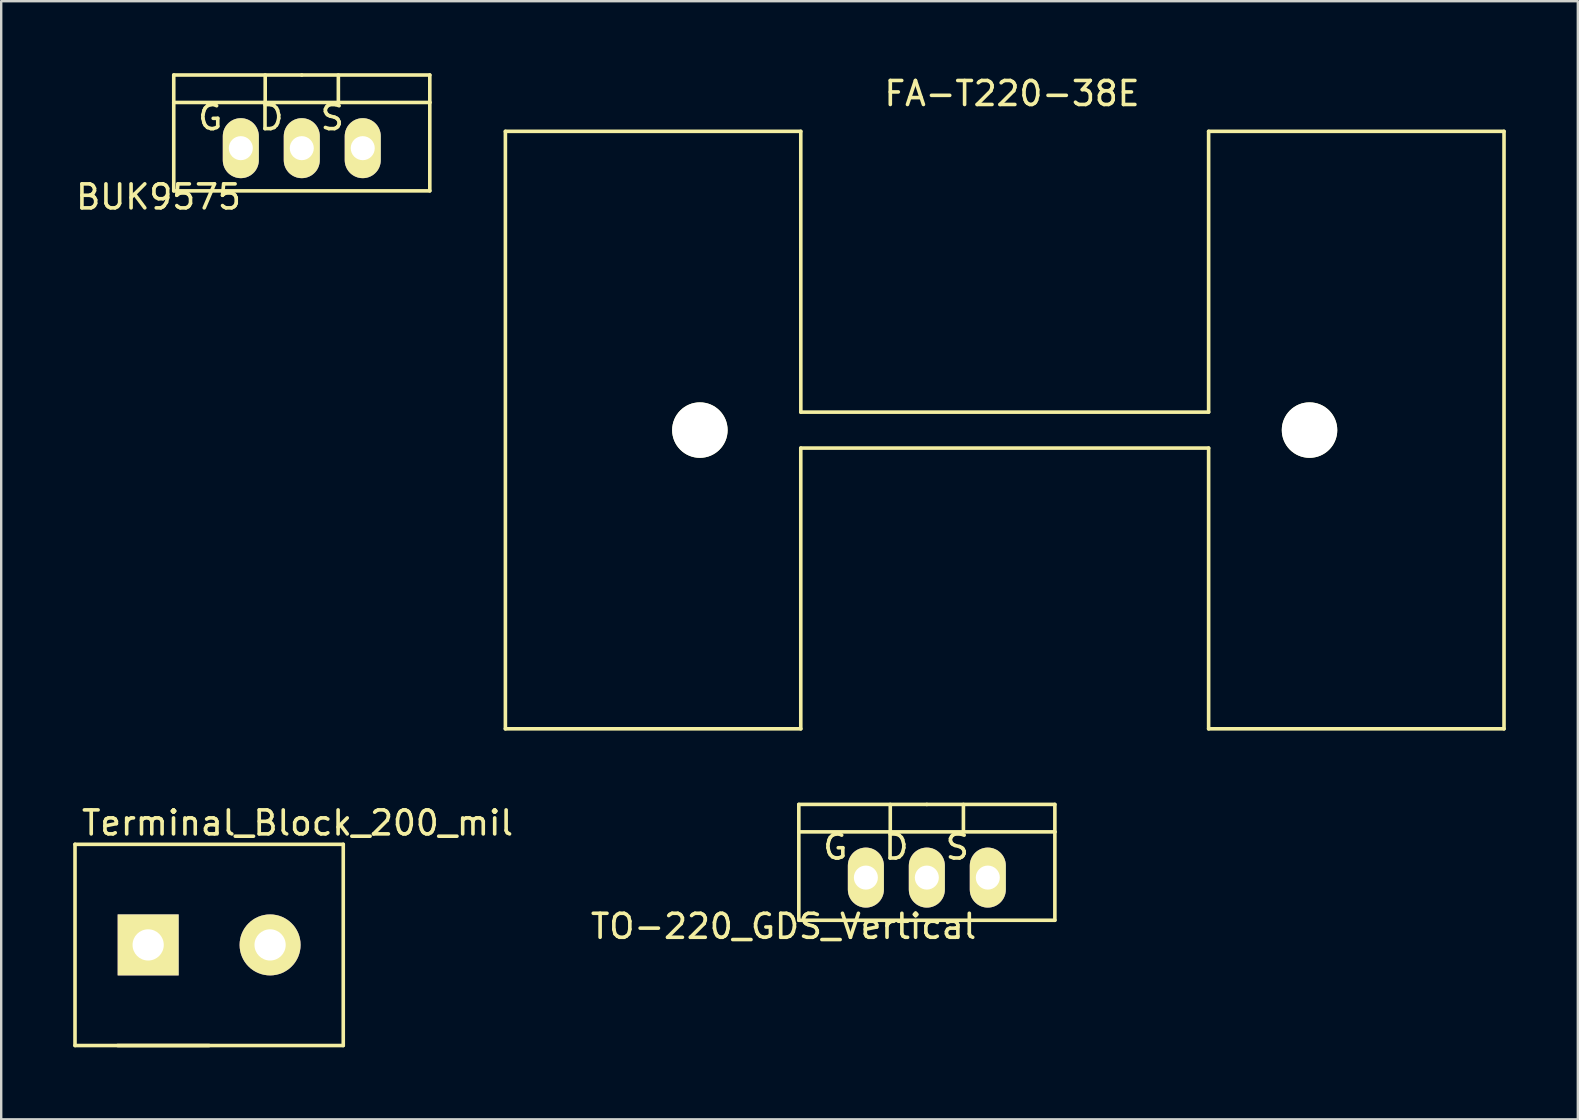
<source format=kicad_pcb>
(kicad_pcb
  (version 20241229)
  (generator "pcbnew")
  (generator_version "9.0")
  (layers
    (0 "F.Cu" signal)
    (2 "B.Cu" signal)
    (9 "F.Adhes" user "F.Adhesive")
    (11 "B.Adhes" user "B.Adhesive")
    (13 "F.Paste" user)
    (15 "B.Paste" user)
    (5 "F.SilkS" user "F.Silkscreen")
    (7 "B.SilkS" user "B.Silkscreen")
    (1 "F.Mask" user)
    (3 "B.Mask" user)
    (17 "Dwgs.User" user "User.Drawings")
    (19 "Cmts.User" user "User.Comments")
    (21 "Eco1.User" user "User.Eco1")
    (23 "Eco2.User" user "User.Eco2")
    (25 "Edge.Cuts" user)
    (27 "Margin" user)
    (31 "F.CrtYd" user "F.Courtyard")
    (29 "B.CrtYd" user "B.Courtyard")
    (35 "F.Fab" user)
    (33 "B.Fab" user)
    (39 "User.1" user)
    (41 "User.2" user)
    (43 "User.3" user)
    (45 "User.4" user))
  (footprint "FA-T220-38E"
    (layer "F.Cu")
    (at 38.809 14.869)
    (property "Reference" "FA-T220-38E" (at 0.305 -14.021 0) (layer "F.SilkS") (effects (font (size 1 1) (thickness 0.15))))
    (attr through_hole)
    (fp_line (start -20.803 -12.446) (end -8.496 -12.446) (stroke (width 0.15) (type solid)) (layer "F.SilkS"))
    (fp_line (start -20.803 12.446) (end -20.803 -12.446) (stroke (width 0.15) (type solid)) (layer "F.SilkS"))
    (fp_line (start -20.803 12.446) (end -8.496 12.446) (stroke (width 0.15) (type solid)) (layer "F.SilkS"))
    (fp_line (start -8.496 -0.749) (end 8.496 -0.749) (stroke (width 0.15) (type solid)) (layer "F.SilkS"))
    (fp_line (start -8.496 0.749) (end -8.496 12.446) (stroke (width 0.15) (type solid)) (layer "F.SilkS"))
    (fp_line (start -8.496 0.749) (end 8.496 0.749) (stroke (width 0.15) (type solid)) (layer "F.SilkS"))
    (fp_line (start -8.494 -0.749) (end -8.496 -12.446) (stroke (width 0.15) (type solid)) (layer "F.SilkS"))
    (fp_line (start 8.496 -12.446) (end 20.803 -12.446) (stroke (width 0.15) (type solid)) (layer "F.SilkS"))
    (fp_line (start 8.496 -0.749) (end 8.496 -12.446) (stroke (width 0.15) (type solid)) (layer "F.SilkS"))
    (fp_line (start 8.496 0.749) (end 8.496 12.446) (stroke (width 0.15) (type solid)) (layer "F.SilkS"))
    (fp_line (start 8.496 12.446) (end 20.803 12.446) (stroke (width 0.15) (type solid)) (layer "F.SilkS"))
    (fp_line (start 20.803 -12.446) (end 20.803 12.446) (stroke (width 0.15) (type solid)) (layer "F.SilkS"))
    (pad "" np_thru_hole circle (at -12.7 0) (size 2.311 2.311) (drill 2.311) (layers "*.Cu" "*.Mask" "F.SilkS"))
    (pad "" np_thru_hole circle (at 12.7 0) (size 2.311 2.311) (drill 2.311) (layers "*.Cu" "*.Mask" "F.SilkS")))
  (footprint "Terminal_Block_200_mil"
    (layer "F.Cu")
    (at 5.663 36.318)
    (property "Reference" "Terminal_Block_200_mil" (at 3.683 -5.08 0) (layer "F.SilkS") (effects (font (size 1 1) (thickness 0.15))))
    (attr through_hole)
    (fp_line (start -5.588 -4.191) (end -5.588 4.191) (stroke (width 0.15) (type solid)) (layer "F.SilkS"))
    (fp_line (start -5.588 4.191) (end 5.588 4.191) (stroke (width 0.15) (type solid)) (layer "F.SilkS"))
    (fp_line (start -3.81 4.191) (end 0 4.191) (stroke (width 0.15) (type solid)) (layer "F.SilkS"))
    (fp_line (start 5.588 -4.191) (end -5.588 -4.191) (stroke (width 0.15) (type solid)) (layer "F.SilkS"))
    (fp_line (start 5.588 4.191) (end 5.588 -4.191) (stroke (width 0.15) (type solid)) (layer "F.SilkS"))
    (pad "1" thru_hole rect (at -2.54 0) (size 2.54 2.54) (drill 1.3) (layers "*.Cu" "*.Mask" "F.SilkS"))
    (pad "2" thru_hole oval (at 2.54 0) (size 2.54 2.54) (drill 1.3) (layers "*.Cu" "*.Mask" "F.SilkS")))
  (footprint "TO-220_GDS_Vertical"
    (layer "F.Cu")
    (at 35.565 33.513)
    (property "Reference" "TO-220_GDS_Vertical" (at -5.969 2.032 0) (layer "F.SilkS") (effects (font (size 1 1) (thickness 0.15))))
    (attr through_hole)
    (fp_line (start -5.334 -1.905) (end -5.334 -3.048) (stroke (width 0.15) (type solid)) (layer "F.SilkS"))
    (fp_line (start -5.334 1.778) (end -5.334 -1.905) (stroke (width 0.15) (type solid)) (layer "F.SilkS"))
    (fp_line (start -1.524 -3.048) (end -1.524 -1.905) (stroke (width 0.15) (type solid)) (layer "F.SilkS"))
    (fp_line (start 0 -3.048) (end -5.334 -3.048) (stroke (width 0.15) (type solid)) (layer "F.SilkS"))
    (fp_line (start 0 -3.048) (end 5.334 -3.048) (stroke (width 0.15) (type solid)) (layer "F.SilkS"))
    (fp_line (start 1.524 -3.048) (end 1.524 -1.905) (stroke (width 0.15) (type solid)) (layer "F.SilkS"))
    (fp_line (start 5.334 -3.048) (end 5.334 -1.905) (stroke (width 0.15) (type solid)) (layer "F.SilkS"))
    (fp_line (start 5.334 -1.905) (end -5.334 -1.905) (stroke (width 0.15) (type solid)) (layer "F.SilkS"))
    (fp_line (start 5.334 -1.905) (end 5.334 1.778) (stroke (width 0.15) (type solid)) (layer "F.SilkS"))
    (fp_line (start 5.334 1.778) (end -5.334 1.778) (stroke (width 0.15) (type solid)) (layer "F.SilkS"))
    (fp_text user "G" (at -3.81 -1.27 0) (layer "F.SilkS") (effects (font (size 1 1) (thickness 0.15))))
    (fp_text user "S" (at 1.27 -1.27 0) (layer "F.SilkS") (effects (font (size 1 1) (thickness 0.15))))
    (fp_text user "D" (at -1.27 -1.27 0) (layer "F.SilkS") (effects (font (size 1 1) (thickness 0.15))))
    (pad "1" thru_hole oval (at -2.54 0 90) (size 2.499 1.501) (drill 1.001) (layers "*.Cu" "*.Mask" "F.SilkS"))
    (pad "2" thru_hole oval (at 0 0 90) (size 2.499 1.501) (drill 1.001) (layers "*.Cu" "*.Mask" "F.SilkS"))
    (pad "3" thru_hole oval (at 2.54 0 90) (size 2.499 1.501) (drill 1.001) (layers "*.Cu" "*.Mask" "F.SilkS")))
  (footprint "BUK9575"
    (layer "F.Cu")
    (at 9.523 3.123)
    (property "Reference" "BUK9575" (at -5.969 2.032 0) (layer "F.SilkS") (effects (font (size 1 1) (thickness 0.15))))
    (attr through_hole)
    (fp_line (start -5.334 -1.905) (end -5.334 -3.048) (stroke (width 0.15) (type solid)) (layer "F.SilkS"))
    (fp_line (start -5.334 1.778) (end -5.334 -1.905) (stroke (width 0.15) (type solid)) (layer "F.SilkS"))
    (fp_line (start -1.524 -3.048) (end -1.524 -1.905) (stroke (width 0.15) (type solid)) (layer "F.SilkS"))
    (fp_line (start 0 -3.048) (end -5.334 -3.048) (stroke (width 0.15) (type solid)) (layer "F.SilkS"))
    (fp_line (start 0 -3.048) (end 5.334 -3.048) (stroke (width 0.15) (type solid)) (layer "F.SilkS"))
    (fp_line (start 1.524 -3.048) (end 1.524 -1.905) (stroke (width 0.15) (type solid)) (layer "F.SilkS"))
    (fp_line (start 5.334 -3.048) (end 5.334 -1.905) (stroke (width 0.15) (type solid)) (layer "F.SilkS"))
    (fp_line (start 5.334 -1.905) (end -5.334 -1.905) (stroke (width 0.15) (type solid)) (layer "F.SilkS"))
    (fp_line (start 5.334 -1.905) (end 5.334 1.778) (stroke (width 0.15) (type solid)) (layer "F.SilkS"))
    (fp_line (start 5.334 1.778) (end -5.334 1.778) (stroke (width 0.15) (type solid)) (layer "F.SilkS"))
    (fp_text user "G" (at -3.81 -1.27 0) (layer "F.SilkS") (effects (font (size 1 1) (thickness 0.15))))
    (fp_text user "S" (at 1.27 -1.27 0) (layer "F.SilkS") (effects (font (size 1 1) (thickness 0.15))))
    (fp_text user "D" (at -1.27 -1.27 0) (layer "F.SilkS") (effects (font (size 1 1) (thickness 0.15))))
    (pad "D" thru_hole oval (at 0 0 90) (size 2.499 1.501) (drill 1.001) (layers "*.Cu" "*.Mask" "F.SilkS"))
    (pad "G" thru_hole oval (at -2.54 0 90) (size 2.499 1.501) (drill 1.001) (layers "*.Cu" "*.Mask" "F.SilkS"))
    (pad "S" thru_hole oval (at 2.54 0 90) (size 2.499 1.501) (drill 1.001) (layers "*.Cu" "*.Mask" "F.SilkS")))
  (gr_rect
    (start -3 -3)
    (end 62.687 43.584)
    (stroke (width 0.1) (type default))
    (fill no)
    (layer "Edge.Cuts")))
</source>
